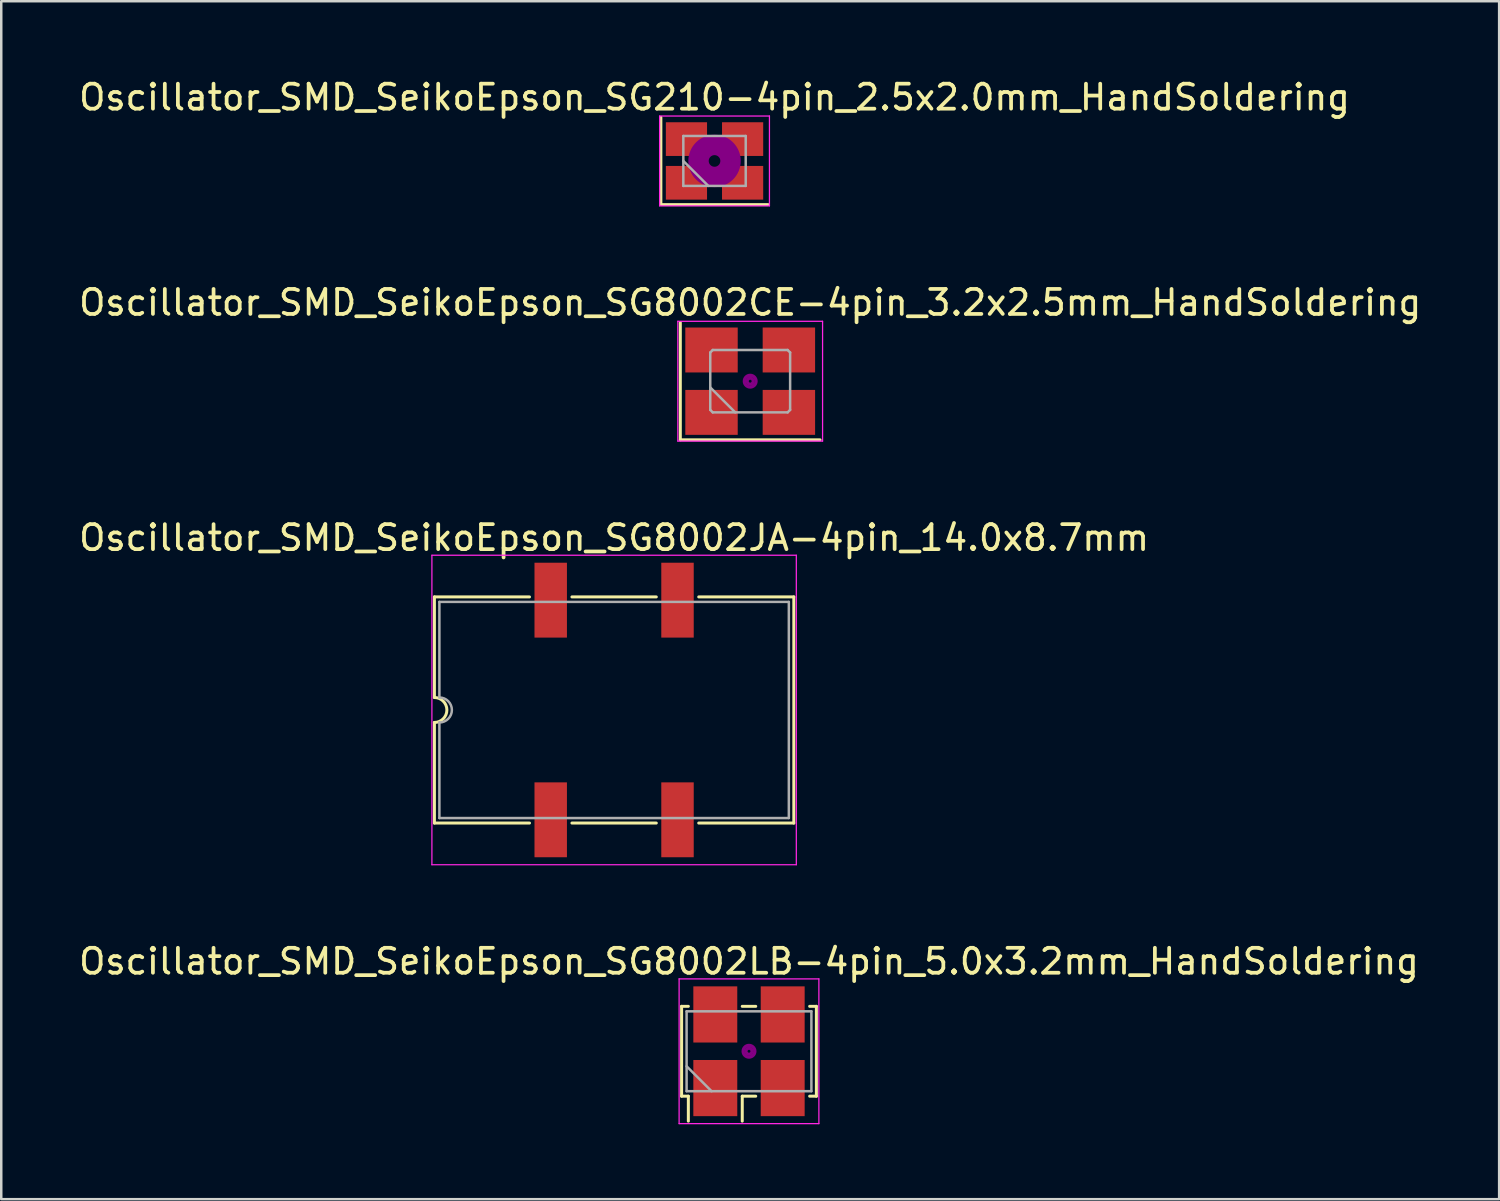
<source format=kicad_pcb>
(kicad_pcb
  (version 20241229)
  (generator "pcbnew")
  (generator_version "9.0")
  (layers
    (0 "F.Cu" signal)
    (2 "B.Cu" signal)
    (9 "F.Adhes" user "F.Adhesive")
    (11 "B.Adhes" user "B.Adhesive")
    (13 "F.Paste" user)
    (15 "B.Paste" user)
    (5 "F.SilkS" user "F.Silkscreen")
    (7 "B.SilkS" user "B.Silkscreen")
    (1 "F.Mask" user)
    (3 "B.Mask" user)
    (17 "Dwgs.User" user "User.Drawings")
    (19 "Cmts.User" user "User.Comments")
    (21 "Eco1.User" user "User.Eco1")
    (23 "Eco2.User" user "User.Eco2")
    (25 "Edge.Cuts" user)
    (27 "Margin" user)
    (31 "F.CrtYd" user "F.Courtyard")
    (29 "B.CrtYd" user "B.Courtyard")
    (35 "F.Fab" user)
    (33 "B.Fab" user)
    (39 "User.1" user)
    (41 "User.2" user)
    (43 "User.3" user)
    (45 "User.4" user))
  (footprint "Oscillator_SMD_SeikoEpson_SG210-4pin_2.5x2.0mm_HandSoldering"
    (layer "F.Cu")
    (at 25.577 3.398)
    (property "Reference" "Oscillator_SMD_SeikoEpson_SG210-4pin_2.5x2.0mm_HandSoldering" (at 0 -2.55 0) (layer "F.SilkS") (effects (font (size 1 1) (thickness 0.15))))
    (attr smd)
    (fp_line (start -2.15 -1.75) (end -2.15 1.75) (stroke (width 0.12) (type solid)) (layer "F.SilkS"))
    (fp_line (start -2.15 1.75) (end 2.15 1.75) (stroke (width 0.12) (type solid)) (layer "F.SilkS"))
    (fp_circle (center 0 0) (end 0.233 0) (stroke (width 0.467) (type solid)) (fill no) (layer "F.Adhes"))
    (fp_circle (center 0 0) (end 0.533 0) (stroke (width 0.333) (type solid)) (fill no) (layer "F.Adhes"))
    (fp_circle (center 0 0) (end 0.833 0) (stroke (width 0.333) (type solid)) (fill no) (layer "F.Adhes"))
    (fp_circle (center 0 0) (end 1 0) (stroke (width 0.1) (type solid)) (fill no) (layer "F.Adhes"))
    (fp_line (start -2.2 -1.8) (end -2.2 1.8) (stroke (width 0.05) (type solid)) (layer "F.CrtYd"))
    (fp_line (start -2.2 1.8) (end 2.2 1.8) (stroke (width 0.05) (type solid)) (layer "F.CrtYd"))
    (fp_line (start 2.2 -1.8) (end -2.2 -1.8) (stroke (width 0.05) (type solid)) (layer "F.CrtYd"))
    (fp_line (start 2.2 1.8) (end 2.2 -1.8) (stroke (width 0.05) (type solid)) (layer "F.CrtYd"))
    (fp_line (start -1.25 -1) (end -1.25 1) (stroke (width 0.1) (type solid)) (layer "F.Fab"))
    (fp_line (start -1.25 0) (end -0.25 1) (stroke (width 0.1) (type solid)) (layer "F.Fab"))
    (fp_line (start -1.25 1) (end 1.25 1) (stroke (width 0.1) (type solid)) (layer "F.Fab"))
    (fp_line (start 1.25 -1) (end -1.25 -1) (stroke (width 0.1) (type solid)) (layer "F.Fab"))
    (fp_line (start 1.25 1) (end 1.25 -1) (stroke (width 0.1) (type solid)) (layer "F.Fab"))
    (pad "1" smd rect (at -1.125 0.875) (size 1.65 1.35) (layers "F.Cu" "F.Mask"))
    (pad "2" smd rect (at 1.125 0.875) (size 1.65 1.35) (layers "F.Cu" "F.Mask"))
    (pad "3" smd rect (at 1.125 -0.875) (size 1.65 1.35) (layers "F.Cu" "F.Mask"))
    (pad "4" smd rect (at -1.125 -0.875) (size 1.65 1.35) (layers "F.Cu" "F.Mask")))
  (footprint "Oscillator_SMD_SeikoEpson_SG8002CE-4pin_3.2x2.5mm_HandSoldering"
    (layer "F.Cu")
    (at 27.006 12.222)
    (property "Reference" "Oscillator_SMD_SeikoEpson_SG8002CE-4pin_3.2x2.5mm_HandSoldering" (at 0 -3.15 0) (layer "F.SilkS") (effects (font (size 1 1) (thickness 0.15))))
    (attr smd)
    (fp_line (start -2.8 -2.35) (end -2.8 2.35) (stroke (width 0.12) (type solid)) (layer "F.SilkS"))
    (fp_line (start -2.8 2.35) (end 2.8 2.35) (stroke (width 0.12) (type solid)) (layer "F.SilkS"))
    (fp_circle (center 0 0) (end 0.058 0) (stroke (width 0.117) (type solid)) (fill no) (layer "F.Adhes"))
    (fp_circle (center 0 0) (end 0.133 0) (stroke (width 0.083) (type solid)) (fill no) (layer "F.Adhes"))
    (fp_circle (center 0 0) (end 0.208 0) (stroke (width 0.083) (type solid)) (fill no) (layer "F.Adhes"))
    (fp_circle (center 0 0) (end 0.25 0) (stroke (width 0.1) (type solid)) (fill no) (layer "F.Adhes"))
    (fp_line (start -2.9 -2.4) (end -2.9 2.4) (stroke (width 0.05) (type solid)) (layer "F.CrtYd"))
    (fp_line (start -2.9 2.4) (end 2.9 2.4) (stroke (width 0.05) (type solid)) (layer "F.CrtYd"))
    (fp_line (start 2.9 -2.4) (end -2.9 -2.4) (stroke (width 0.05) (type solid)) (layer "F.CrtYd"))
    (fp_line (start 2.9 2.4) (end 2.9 -2.4) (stroke (width 0.05) (type solid)) (layer "F.CrtYd"))
    (fp_line (start -1.6 -1.15) (end -1.5 -1.25) (stroke (width 0.1) (type solid)) (layer "F.Fab"))
    (fp_line (start -1.6 0.25) (end -0.6 1.25) (stroke (width 0.1) (type solid)) (layer "F.Fab"))
    (fp_line (start -1.6 1.15) (end -1.6 -1.15) (stroke (width 0.1) (type solid)) (layer "F.Fab"))
    (fp_line (start -1.5 -1.25) (end 1.5 -1.25) (stroke (width 0.1) (type solid)) (layer "F.Fab"))
    (fp_line (start -1.5 1.25) (end -1.6 1.15) (stroke (width 0.1) (type solid)) (layer "F.Fab"))
    (fp_line (start 1.5 -1.25) (end 1.6 -1.15) (stroke (width 0.1) (type solid)) (layer "F.Fab"))
    (fp_line (start 1.5 1.25) (end -1.5 1.25) (stroke (width 0.1) (type solid)) (layer "F.Fab"))
    (fp_line (start 1.6 -1.15) (end 1.6 1.15) (stroke (width 0.1) (type solid)) (layer "F.Fab"))
    (fp_line (start 1.6 1.15) (end 1.5 1.25) (stroke (width 0.1) (type solid)) (layer "F.Fab"))
    (pad "1" smd rect (at -1.55 1.25) (size 2.1 1.8) (layers "F.Cu" "F.Mask"))
    (pad "2" smd rect (at 1.55 1.25) (size 2.1 1.8) (layers "F.Cu" "F.Mask"))
    (pad "3" smd rect (at 1.55 -1.25) (size 2.1 1.8) (layers "F.Cu" "F.Mask"))
    (pad "4" smd rect (at -1.55 -1.25) (size 2.1 1.8) (layers "F.Cu" "F.Mask")))
  (footprint "Oscillator_SMD_SeikoEpson_SG8002LB-4pin_5.0x3.2mm_HandSoldering"
    (layer "F.Cu")
    (at 26.958 39.068)
    (property "Reference" "Oscillator_SMD_SeikoEpson_SG8002LB-4pin_5.0x3.2mm_HandSoldering" (at 0 -3.6 0) (layer "F.SilkS") (effects (font (size 1 1) (thickness 0.15))))
    (attr smd)
    (fp_line (start -2.7 -1.8) (end -2.43 -1.8) (stroke (width 0.12) (type solid)) (layer "F.SilkS"))
    (fp_line (start -2.7 1.8) (end -2.7 -1.8) (stroke (width 0.12) (type solid)) (layer "F.SilkS"))
    (fp_line (start -2.43 1.8) (end -2.7 1.8) (stroke (width 0.12) (type solid)) (layer "F.SilkS"))
    (fp_line (start -2.43 2.8) (end -2.43 1.8) (stroke (width 0.12) (type solid)) (layer "F.SilkS"))
    (fp_line (start -0.27 -1.8) (end 0.27 -1.8) (stroke (width 0.12) (type solid)) (layer "F.SilkS"))
    (fp_line (start -0.27 1.8) (end -0.27 2.8) (stroke (width 0.12) (type solid)) (layer "F.SilkS"))
    (fp_line (start 0.27 1.8) (end -0.27 1.8) (stroke (width 0.12) (type solid)) (layer "F.SilkS"))
    (fp_line (start 2.43 -1.8) (end 2.7 -1.8) (stroke (width 0.12) (type solid)) (layer "F.SilkS"))
    (fp_line (start 2.7 -1.8) (end 2.7 1.8) (stroke (width 0.12) (type solid)) (layer "F.SilkS"))
    (fp_line (start 2.7 1.8) (end 2.43 1.8) (stroke (width 0.12) (type solid)) (layer "F.SilkS"))
    (fp_circle (center 0 0) (end 0.058 0) (stroke (width 0.117) (type solid)) (fill no) (layer "F.Adhes"))
    (fp_circle (center 0 0) (end 0.133 0) (stroke (width 0.083) (type solid)) (fill no) (layer "F.Adhes"))
    (fp_circle (center 0 0) (end 0.208 0) (stroke (width 0.083) (type solid)) (fill no) (layer "F.Adhes"))
    (fp_circle (center 0 0) (end 0.25 0) (stroke (width 0.1) (type solid)) (fill no) (layer "F.Adhes"))
    (fp_line (start -2.8 -2.9) (end -2.8 2.9) (stroke (width 0.05) (type solid)) (layer "F.CrtYd"))
    (fp_line (start -2.8 2.9) (end 2.8 2.9) (stroke (width 0.05) (type solid)) (layer "F.CrtYd"))
    (fp_line (start 2.8 -2.9) (end -2.8 -2.9) (stroke (width 0.05) (type solid)) (layer "F.CrtYd"))
    (fp_line (start 2.8 2.9) (end 2.8 -2.9) (stroke (width 0.05) (type solid)) (layer "F.CrtYd"))
    (fp_line (start -2.5 -1.6) (end -2.5 1.6) (stroke (width 0.1) (type solid)) (layer "F.Fab"))
    (fp_line (start -2.5 0.6) (end -1.5 1.6) (stroke (width 0.1) (type solid)) (layer "F.Fab"))
    (fp_line (start -2.5 1.6) (end 2.5 1.6) (stroke (width 0.1) (type solid)) (layer "F.Fab"))
    (fp_line (start 2.5 -1.6) (end -2.5 -1.6) (stroke (width 0.1) (type solid)) (layer "F.Fab"))
    (fp_line (start 2.5 1.6) (end 2.5 -1.6) (stroke (width 0.1) (type solid)) (layer "F.Fab"))
    (pad "1" smd rect (at -1.35 1.475) (size 1.76 2.25) (layers "F.Cu" "F.Mask"))
    (pad "2" smd rect (at 1.35 1.475) (size 1.76 2.25) (layers "F.Cu" "F.Mask"))
    (pad "3" smd rect (at 1.35 -1.475) (size 1.76 2.25) (layers "F.Cu" "F.Mask"))
    (pad "4" smd rect (at -1.35 -1.475) (size 1.76 2.25) (layers "F.Cu" "F.Mask")))
  (footprint "Oscillator_SMD_SeikoEpson_SG8002JA-4pin_14.0x8.7mm"
    (layer "F.Cu")
    (at 21.554 25.395)
    (property "Reference" "Oscillator_SMD_SeikoEpson_SG8002JA-4pin_14.0x8.7mm" (at 0 -6.9 0) (layer "F.SilkS") (effects (font (size 1 1) (thickness 0.15))))
    (attr smd)
    (fp_line (start -7.2 -4.53) (end -3.39 -4.53) (stroke (width 0.12) (type solid)) (layer "F.SilkS"))
    (fp_line (start -7.2 -0.5) (end -7.2 -4.53) (stroke (width 0.12) (type solid)) (layer "F.SilkS"))
    (fp_line (start -7.2 4.53) (end -7.2 0.5) (stroke (width 0.12) (type solid)) (layer "F.SilkS"))
    (fp_line (start -7.2 4.53) (end -3.39 4.53) (stroke (width 0.12) (type solid)) (layer "F.SilkS"))
    (fp_line (start -1.69 -4.53) (end 1.69 -4.53) (stroke (width 0.12) (type solid)) (layer "F.SilkS"))
    (fp_line (start 1.69 4.53) (end -1.69 4.53) (stroke (width 0.12) (type solid)) (layer "F.SilkS"))
    (fp_line (start 3.39 -4.53) (end 7.2 -4.53) (stroke (width 0.12) (type solid)) (layer "F.SilkS"))
    (fp_line (start 7.2 -4.53) (end 7.2 4.53) (stroke (width 0.12) (type solid)) (layer "F.SilkS"))
    (fp_line (start 7.2 4.53) (end 3.39 4.53) (stroke (width 0.12) (type solid)) (layer "F.SilkS"))
    (fp_arc (start -7.2 -0.5) (mid -6.7 0) (end -7.2 0.5) (stroke (width 0.12) (type solid)) (layer "F.SilkS"))
    (fp_line (start -7.3 -6.2) (end -7.3 6.2) (stroke (width 0.05) (type solid)) (layer "F.CrtYd"))
    (fp_line (start -7.3 6.2) (end 7.3 6.2) (stroke (width 0.05) (type solid)) (layer "F.CrtYd"))
    (fp_line (start 7.3 -6.2) (end -7.3 -6.2) (stroke (width 0.05) (type solid)) (layer "F.CrtYd"))
    (fp_line (start 7.3 6.2) (end 7.3 -6.2) (stroke (width 0.05) (type solid)) (layer "F.CrtYd"))
    (fp_line (start -7 -4.33) (end 7 -4.33) (stroke (width 0.1) (type solid)) (layer "F.Fab"))
    (fp_line (start -7 -0.5) (end -7 -4.33) (stroke (width 0.1) (type solid)) (layer "F.Fab"))
    (fp_line (start -7 4.33) (end -7 0.5) (stroke (width 0.1) (type solid)) (layer "F.Fab"))
    (fp_line (start 7 -4.33) (end 7 4.33) (stroke (width 0.1) (type solid)) (layer "F.Fab"))
    (fp_line (start 7 4.33) (end -7 4.33) (stroke (width 0.1) (type solid)) (layer "F.Fab"))
    (fp_arc (start -7 -0.5) (mid -6.5 0) (end -7 0.5) (stroke (width 0.1) (type solid)) (layer "F.Fab"))
    (pad "1" smd rect (at -2.54 4.4) (size 1.3 3) (layers "F.Cu" "F.Mask"))
    (pad "2" smd rect (at 2.54 4.4) (size 1.3 3) (layers "F.Cu" "F.Mask"))
    (pad "3" smd rect (at 2.54 -4.4) (size 1.3 3) (layers "F.Cu" "F.Mask"))
    (pad "4" smd rect (at -2.54 -4.4) (size 1.3 3) (layers "F.Cu" "F.Mask")))
  (gr_rect
    (start -3 -3)
    (end 57.012 44.993)
    (stroke (width 0.1) (type default))
    (fill no)
    (layer "Edge.Cuts")))
</source>
